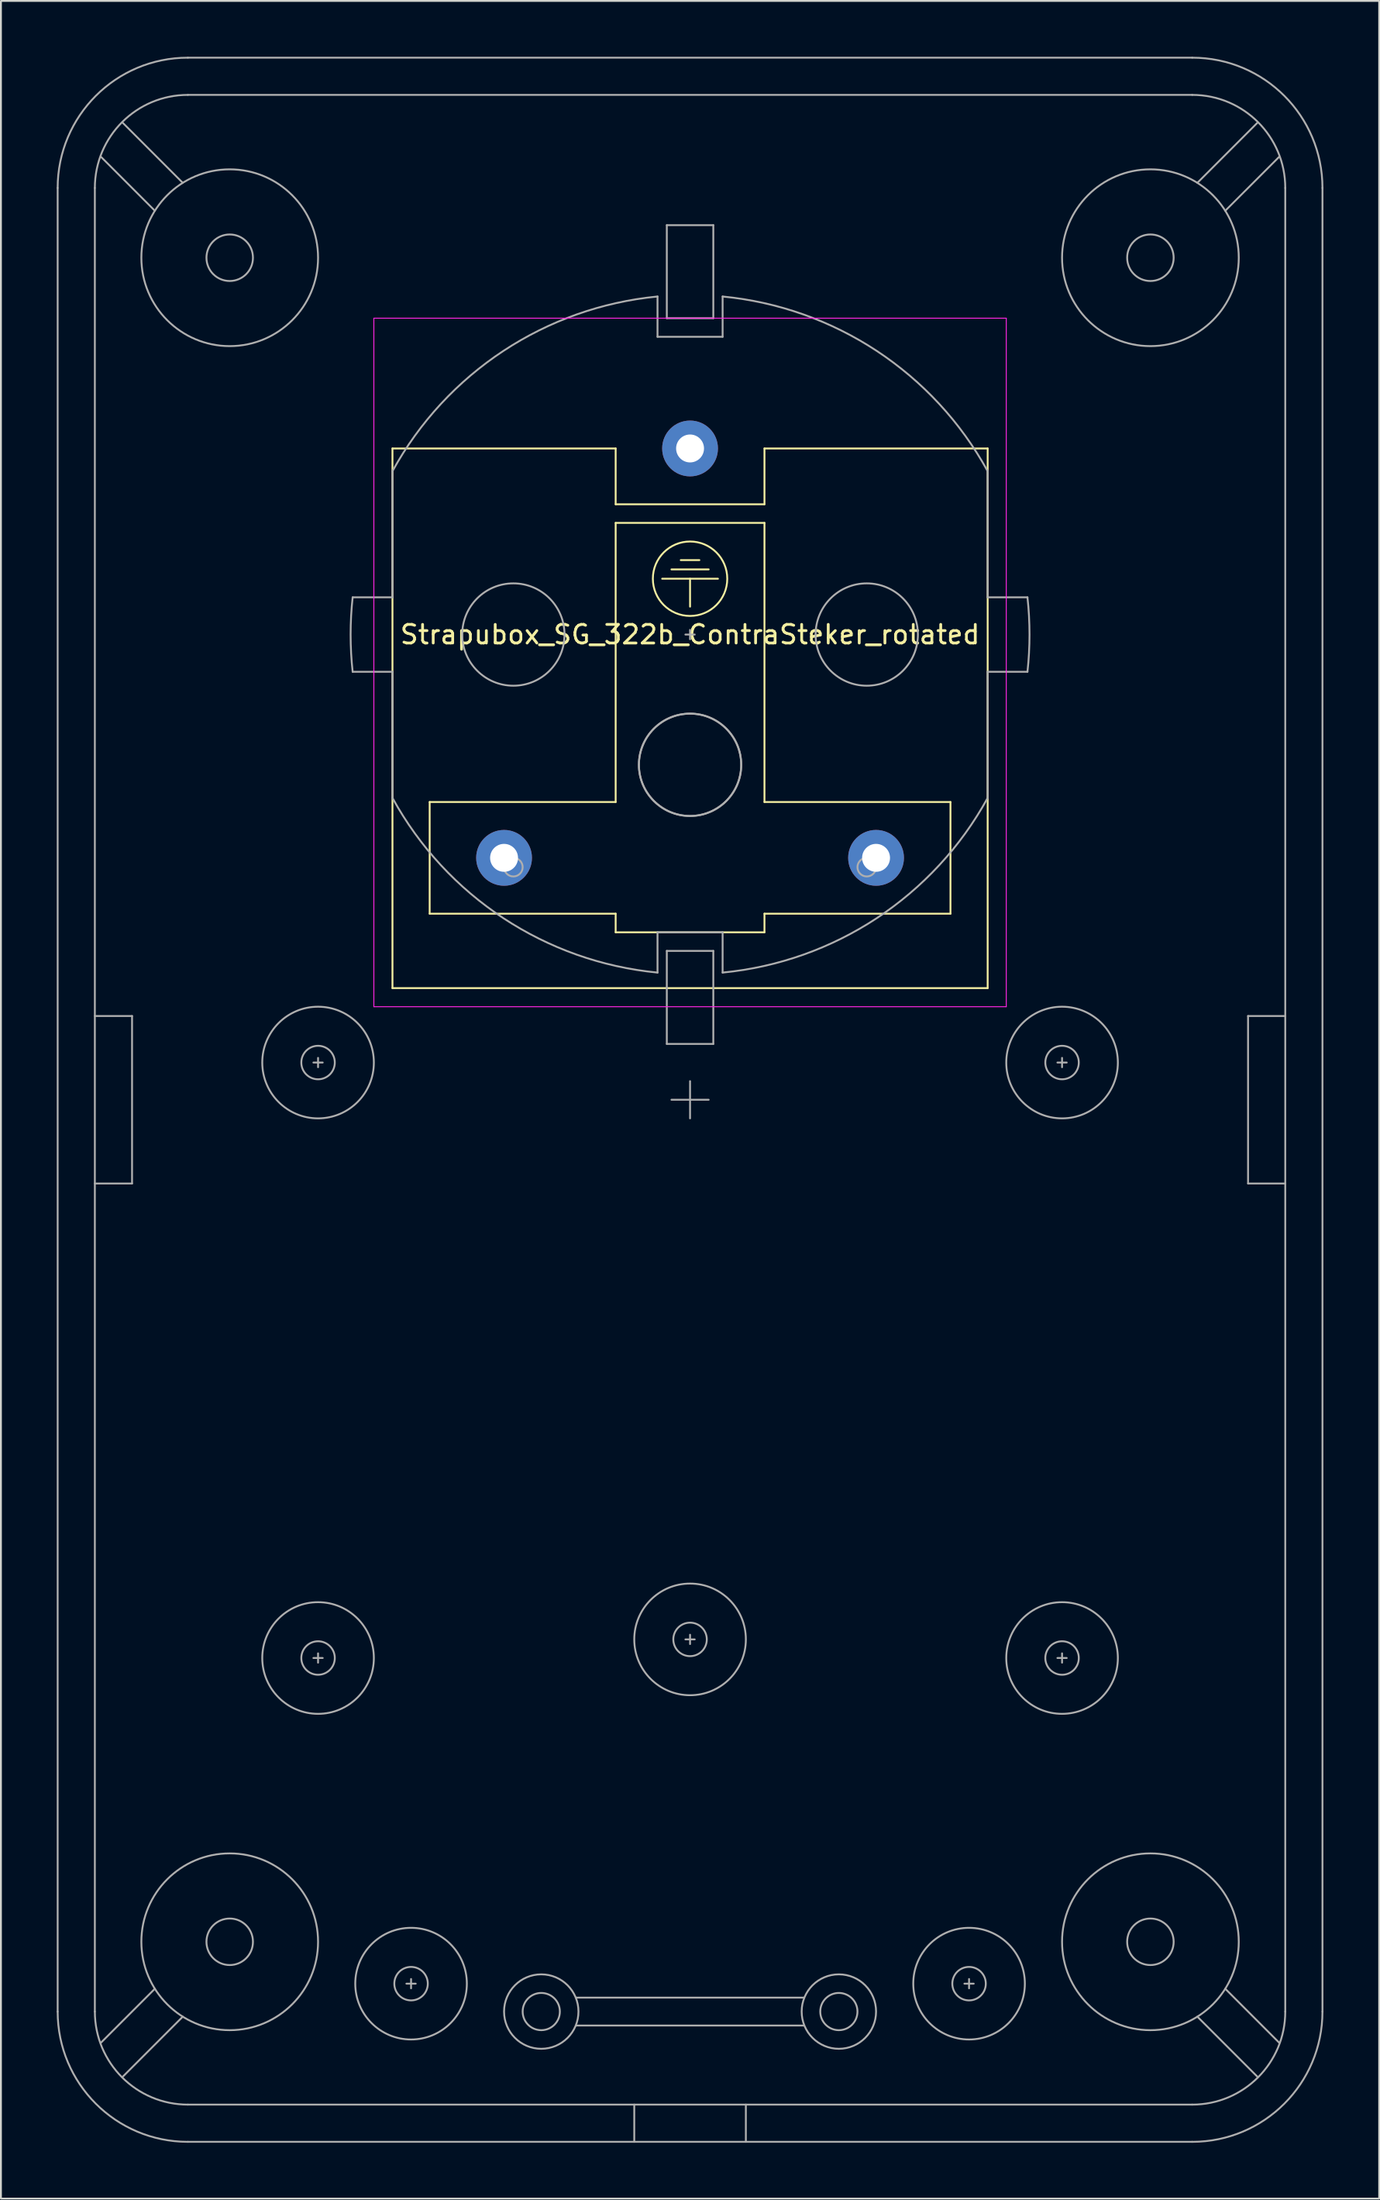
<source format=kicad_pcb>
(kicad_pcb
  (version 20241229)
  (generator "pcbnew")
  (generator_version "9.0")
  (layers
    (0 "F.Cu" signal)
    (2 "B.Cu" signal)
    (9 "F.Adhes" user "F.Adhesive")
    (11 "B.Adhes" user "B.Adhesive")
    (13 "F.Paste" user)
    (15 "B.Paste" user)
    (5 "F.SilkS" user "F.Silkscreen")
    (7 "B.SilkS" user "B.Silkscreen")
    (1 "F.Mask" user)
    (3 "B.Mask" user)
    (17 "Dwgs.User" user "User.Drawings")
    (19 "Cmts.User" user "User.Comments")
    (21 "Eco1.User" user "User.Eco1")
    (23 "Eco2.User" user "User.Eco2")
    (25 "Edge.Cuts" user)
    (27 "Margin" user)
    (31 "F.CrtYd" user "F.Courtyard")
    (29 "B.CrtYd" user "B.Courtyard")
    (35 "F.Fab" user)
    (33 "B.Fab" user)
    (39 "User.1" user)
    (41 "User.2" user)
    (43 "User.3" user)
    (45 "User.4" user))
  (footprint "Strapubox_SG_322b_ContraSteker_rotated"
    (layer "F.Cu")
    (at 34.05 31.05)
    (property "Reference" "Strapubox_SG_322b_ContraSteker_rotated" (at 0 0 0) (layer "F.SilkS") (effects (font (size 1 1) (thickness 0.15))))
    (attr through_hole)
    (fp_line (start -16 19) (end -16 -10) (stroke (width 0.1) (type solid)) (layer "F.SilkS"))
    (fp_line (start -14 9) (end -14 15) (stroke (width 0.1) (type solid)) (layer "F.SilkS"))
    (fp_line (start -14 15) (end -4 15) (stroke (width 0.1) (type solid)) (layer "F.SilkS"))
    (fp_line (start -4 -10) (end -16 -10) (stroke (width 0.1) (type solid)) (layer "F.SilkS"))
    (fp_line (start -4 -7) (end -4 -10) (stroke (width 0.1) (type solid)) (layer "F.SilkS"))
    (fp_line (start -4 -6) (end -4 9) (stroke (width 0.1) (type solid)) (layer "F.SilkS"))
    (fp_line (start -4 9) (end -14 9) (stroke (width 0.1) (type solid)) (layer "F.SilkS"))
    (fp_line (start -4 15) (end -4 16) (stroke (width 0.1) (type solid)) (layer "F.SilkS"))
    (fp_line (start -4 16) (end 4 16) (stroke (width 0.1) (type solid)) (layer "F.SilkS"))
    (fp_line (start 0 -3) (end 0 -1.5) (stroke (width 0.1) (type solid)) (layer "F.SilkS"))
    (fp_line (start 0.5 -4) (end -0.5 -4) (stroke (width 0.1) (type solid)) (layer "F.SilkS"))
    (fp_line (start 1 -3.5) (end -1 -3.5) (stroke (width 0.1) (type solid)) (layer "F.SilkS"))
    (fp_line (start 1.5 -3) (end -1.5 -3) (stroke (width 0.1) (type solid)) (layer "F.SilkS"))
    (fp_line (start 4 -7) (end -4 -7) (stroke (width 0.1) (type solid)) (layer "F.SilkS"))
    (fp_line (start 4 -7) (end 4 -10) (stroke (width 0.1) (type solid)) (layer "F.SilkS"))
    (fp_line (start 4 -6) (end -4 -6) (stroke (width 0.1) (type solid)) (layer "F.SilkS"))
    (fp_line (start 4 9) (end 4 -6) (stroke (width 0.1) (type solid)) (layer "F.SilkS"))
    (fp_line (start 4 15) (end 14 15) (stroke (width 0.1) (type solid)) (layer "F.SilkS"))
    (fp_line (start 4 16) (end 4 15) (stroke (width 0.1) (type solid)) (layer "F.SilkS"))
    (fp_line (start 14 9) (end 4 9) (stroke (width 0.1) (type solid)) (layer "F.SilkS"))
    (fp_line (start 14 15) (end 14 9) (stroke (width 0.1) (type solid)) (layer "F.SilkS"))
    (fp_line (start 16 -10) (end 4 -10) (stroke (width 0.1) (type solid)) (layer "F.SilkS"))
    (fp_line (start 16 -10) (end 16 19) (stroke (width 0.1) (type solid)) (layer "F.SilkS"))
    (fp_line (start 16 19) (end -16 19) (stroke (width 0.1) (type solid)) (layer "F.SilkS"))
    (fp_circle (center 0 -3) (end -2 -3) (stroke (width 0.1) (type solid)) (fill no) (layer "F.SilkS"))
    (fp_line (start -17 20) (end -17 -17) (stroke (width 0.05) (type solid)) (layer "F.CrtYd"))
    (fp_line (start 17 -17) (end -17 -17) (stroke (width 0.05) (type solid)) (layer "F.CrtYd"))
    (fp_line (start 17 -17) (end 17 20) (stroke (width 0.05) (type solid)) (layer "F.CrtYd"))
    (fp_line (start 17 20) (end -17 20) (stroke (width 0.05) (type solid)) (layer "F.CrtYd"))
    (fp_line (start -34 74) (end -34 -24) (stroke (width 0.1) (type solid)) (layer "F.Fab"))
    (fp_line (start -32 -24) (end -32 74) (stroke (width 0.1) (type solid)) (layer "F.Fab"))
    (fp_line (start -32 20.5) (end -30 20.5) (stroke (width 0.1) (type solid)) (layer "F.Fab"))
    (fp_line (start -30 20.5) (end -30 29.5) (stroke (width 0.1) (type solid)) (layer "F.Fab"))
    (fp_line (start -30 29.5) (end -32 29.5) (stroke (width 0.1) (type solid)) (layer "F.Fab"))
    (fp_line (start -28.775 -22.775) (end -31.675 -25.675) (stroke (width 0.1) (type solid)) (layer "F.Fab"))
    (fp_line (start -28.775 72.775) (end -31.675 75.675) (stroke (width 0.1) (type solid)) (layer "F.Fab"))
    (fp_line (start -27.275 -24.275) (end -30.525 -27.525) (stroke (width 0.1) (type solid)) (layer "F.Fab"))
    (fp_line (start -27.275 74.275) (end -30.525 77.525) (stroke (width 0.1) (type solid)) (layer "F.Fab"))
    (fp_line (start -20 23.25) (end -20 22.75) (stroke (width 0.1) (type solid)) (layer "F.Fab"))
    (fp_line (start -20 55.25) (end -20 54.75) (stroke (width 0.1) (type solid)) (layer "F.Fab"))
    (fp_line (start -19.75 23) (end -20.25 23) (stroke (width 0.1) (type solid)) (layer "F.Fab"))
    (fp_line (start -19.75 55) (end -20.25 55) (stroke (width 0.1) (type solid)) (layer "F.Fab"))
    (fp_line (start -18.14 -2) (end -16 -2) (stroke (width 0.1) (type solid)) (layer "F.Fab"))
    (fp_line (start -18.14 2) (end -16 2) (stroke (width 0.1) (type solid)) (layer "F.Fab"))
    (fp_line (start -16 -8.779) (end -16 -2) (stroke (width 0.1) (type solid)) (layer "F.Fab"))
    (fp_line (start -16 2) (end -16 8.779) (stroke (width 0.1) (type solid)) (layer "F.Fab"))
    (fp_line (start -15 72.75) (end -15 72.25) (stroke (width 0.1) (type solid)) (layer "F.Fab"))
    (fp_line (start -14.75 72.5) (end -15.25 72.5) (stroke (width 0.1) (type solid)) (layer "F.Fab"))
    (fp_line (start -3 81) (end -3 79) (stroke (width 0.1) (type solid)) (layer "F.Fab"))
    (fp_line (start -1.75 -16) (end -1.75 -18.166) (stroke (width 0.1) (type solid)) (layer "F.Fab"))
    (fp_line (start -1.75 16) (end -1.75 18.166) (stroke (width 0.1) (type solid)) (layer "F.Fab"))
    (fp_line (start -1.75 16) (end 1.75 16) (stroke (width 0.1) (type solid)) (layer "F.Fab"))
    (fp_line (start -1.25 -17) (end -1.25 -22) (stroke (width 0.1) (type solid)) (layer "F.Fab"))
    (fp_line (start -1.25 17) (end -1.25 22) (stroke (width 0.1) (type solid)) (layer "F.Fab"))
    (fp_line (start 0 0.25) (end 0 -0.25) (stroke (width 0.1) (type solid)) (layer "F.Fab"))
    (fp_line (start 0 26) (end 0 24) (stroke (width 0.1) (type solid)) (layer "F.Fab"))
    (fp_line (start 0 54.25) (end 0 53.75) (stroke (width 0.1) (type solid)) (layer "F.Fab"))
    (fp_line (start 0.25 0) (end -0.25 0) (stroke (width 0.1) (type solid)) (layer "F.Fab"))
    (fp_line (start 0.25 54) (end -0.25 54) (stroke (width 0.1) (type solid)) (layer "F.Fab"))
    (fp_line (start 1 25) (end -1 25) (stroke (width 0.1) (type solid)) (layer "F.Fab"))
    (fp_line (start 1.25 -22) (end -1.25 -22) (stroke (width 0.1) (type solid)) (layer "F.Fab"))
    (fp_line (start 1.25 -17) (end -1.25 -17) (stroke (width 0.1) (type solid)) (layer "F.Fab"))
    (fp_line (start 1.25 -17) (end 1.25 -22) (stroke (width 0.1) (type solid)) (layer "F.Fab"))
    (fp_line (start 1.25 17) (end -1.25 17) (stroke (width 0.1) (type solid)) (layer "F.Fab"))
    (fp_line (start 1.25 17) (end 1.25 22) (stroke (width 0.1) (type solid)) (layer "F.Fab"))
    (fp_line (start 1.25 22) (end -1.25 22) (stroke (width 0.1) (type solid)) (layer "F.Fab"))
    (fp_line (start 1.75 -16) (end -1.75 -16) (stroke (width 0.1) (type solid)) (layer "F.Fab"))
    (fp_line (start 1.75 -16) (end 1.75 -18.166) (stroke (width 0.1) (type solid)) (layer "F.Fab"))
    (fp_line (start 1.75 16) (end 1.75 18.166) (stroke (width 0.1) (type solid)) (layer "F.Fab"))
    (fp_line (start 3 81) (end 3 79) (stroke (width 0.1) (type solid)) (layer "F.Fab"))
    (fp_line (start 6.125 73.25) (end -6.125 73.25) (stroke (width 0.1) (type solid)) (layer "F.Fab"))
    (fp_line (start 6.125 74.75) (end -6.125 74.75) (stroke (width 0.1) (type solid)) (layer "F.Fab"))
    (fp_line (start 15 72.75) (end 15 72.25) (stroke (width 0.1) (type solid)) (layer "F.Fab"))
    (fp_line (start 15.25 72.5) (end 14.75 72.5) (stroke (width 0.1) (type solid)) (layer "F.Fab"))
    (fp_line (start 16 -2) (end 16 -8.779) (stroke (width 0.1) (type solid)) (layer "F.Fab"))
    (fp_line (start 16 8.779) (end 16 2) (stroke (width 0.1) (type solid)) (layer "F.Fab"))
    (fp_line (start 18.14 -2) (end 16 -2) (stroke (width 0.1) (type solid)) (layer "F.Fab"))
    (fp_line (start 18.14 2) (end 16 2) (stroke (width 0.1) (type solid)) (layer "F.Fab"))
    (fp_line (start 20 23.25) (end 20 22.75) (stroke (width 0.1) (type solid)) (layer "F.Fab"))
    (fp_line (start 20 55.25) (end 20 54.75) (stroke (width 0.1) (type solid)) (layer "F.Fab"))
    (fp_line (start 20.25 23) (end 19.75 23) (stroke (width 0.1) (type solid)) (layer "F.Fab"))
    (fp_line (start 20.25 55) (end 19.75 55) (stroke (width 0.1) (type solid)) (layer "F.Fab"))
    (fp_line (start 27 -31) (end -27 -31) (stroke (width 0.1) (type solid)) (layer "F.Fab"))
    (fp_line (start 27 -29) (end -27 -29) (stroke (width 0.1) (type solid)) (layer "F.Fab"))
    (fp_line (start 27 79) (end -27 79) (stroke (width 0.1) (type solid)) (layer "F.Fab"))
    (fp_line (start 27 81) (end -27 81) (stroke (width 0.1) (type solid)) (layer "F.Fab"))
    (fp_line (start 27.275 -24.275) (end 30.525 -27.525) (stroke (width 0.1) (type solid)) (layer "F.Fab"))
    (fp_line (start 27.275 74.275) (end 30.525 77.525) (stroke (width 0.1) (type solid)) (layer "F.Fab"))
    (fp_line (start 28.775 -22.775) (end 31.675 -25.675) (stroke (width 0.1) (type solid)) (layer "F.Fab"))
    (fp_line (start 28.775 72.775) (end 31.675 75.675) (stroke (width 0.1) (type solid)) (layer "F.Fab"))
    (fp_line (start 30 20.5) (end 32 20.5) (stroke (width 0.1) (type solid)) (layer "F.Fab"))
    (fp_line (start 30 29.5) (end 30 20.5) (stroke (width 0.1) (type solid)) (layer "F.Fab"))
    (fp_line (start 32 29.5) (end 30 29.5) (stroke (width 0.1) (type solid)) (layer "F.Fab"))
    (fp_line (start 32 74) (end 32 -24) (stroke (width 0.1) (type solid)) (layer "F.Fab"))
    (fp_line (start 34 -24) (end 34 74) (stroke (width 0.1) (type solid)) (layer "F.Fab"))
    (fp_arc (start -34 -24) (mid -31.949747 -28.949747) (end -27 -31) (stroke (width 0.1) (type solid)) (layer "F.Fab"))
    (fp_arc (start -32 -24) (mid -30.535534 -27.535534) (end -27 -29) (stroke (width 0.1) (type solid)) (layer "F.Fab"))
    (fp_arc (start -27 79) (mid -30.535534 77.535534) (end -32 74) (stroke (width 0.1) (type solid)) (layer "F.Fab"))
    (fp_arc (start -27 81) (mid -31.949747 78.949747) (end -34 74) (stroke (width 0.1) (type solid)) (layer "F.Fab"))
    (fp_arc (start -18.140094 1.999869) (mid -18.25 0) (end -18.140094 -1.999869) (stroke (width 0.1) (type solid)) (layer "F.Fab"))
    (fp_arc (start -16 -8.778524) (mid -10.039707 -15.2403) (end -1.749927 -18.165909) (stroke (width 0.1) (type solid)) (layer "F.Fab"))
    (fp_arc (start -1.750072 18.165895) (mid -10.039768 15.240261) (end -16 8.778524) (stroke (width 0.1) (type solid)) (layer "F.Fab"))
    (fp_arc (start 1.750072 -18.165895) (mid 10.039768 -15.240261) (end 16 -8.778524) (stroke (width 0.1) (type solid)) (layer "F.Fab"))
    (fp_arc (start 16 8.778524) (mid 10.039707 15.2403) (end 1.749927 18.165909) (stroke (width 0.1) (type solid)) (layer "F.Fab"))
    (fp_arc (start 18.140094 -1.999869) (mid 18.25 0) (end 18.140094 1.999869) (stroke (width 0.1) (type solid)) (layer "F.Fab"))
    (fp_arc (start 27 -31) (mid 31.949747 -28.949747) (end 34 -24) (stroke (width 0.1) (type solid)) (layer "F.Fab"))
    (fp_arc (start 27 -29) (mid 30.535534 -27.535534) (end 32 -24) (stroke (width 0.1) (type solid)) (layer "F.Fab"))
    (fp_arc (start 32 74) (mid 30.535534 77.535534) (end 27 79) (stroke (width 0.1) (type solid)) (layer "F.Fab"))
    (fp_arc (start 34 74) (mid 31.949747 78.949747) (end 27 81) (stroke (width 0.1) (type solid)) (layer "F.Fab"))
    (fp_circle (center -24.75 -20.25) (end -29.5 -20.25) (stroke (width 0.1) (type solid)) (fill no) (layer "F.Fab"))
    (fp_circle (center -24.75 -20.25) (end -26 -20.25) (stroke (width 0.1) (type solid)) (fill no) (layer "F.Fab"))
    (fp_circle (center -24.75 70.25) (end -29.5 70.25) (stroke (width 0.1) (type solid)) (fill no) (layer "F.Fab"))
    (fp_circle (center -24.75 70.25) (end -26 70.25) (stroke (width 0.1) (type solid)) (fill no) (layer "F.Fab"))
    (fp_circle (center -20 23) (end -23 23) (stroke (width 0.1) (type solid)) (fill no) (layer "F.Fab"))
    (fp_circle (center -20 23) (end -20.9 23) (stroke (width 0.1) (type solid)) (fill no) (layer "F.Fab"))
    (fp_circle (center -20 55) (end -23 55) (stroke (width 0.1) (type solid)) (fill no) (layer "F.Fab"))
    (fp_circle (center -20 55) (end -20.9 55) (stroke (width 0.1) (type solid)) (fill no) (layer "F.Fab"))
    (fp_circle (center -15 72.5) (end -18 72.5) (stroke (width 0.1) (type solid)) (fill no) (layer "F.Fab"))
    (fp_circle (center -15 72.5) (end -15.9 72.5) (stroke (width 0.1) (type solid)) (fill no) (layer "F.Fab"))
    (fp_circle (center -9.5 0) (end -12.25 0) (stroke (width 0.1) (type solid)) (fill no) (layer "F.Fab"))
    (fp_circle (center -9.5 12.5) (end -10 12.5) (stroke (width 0.1) (type solid)) (fill no) (layer "F.Fab"))
    (fp_circle (center -8 74) (end -10 74) (stroke (width 0.1) (type solid)) (fill no) (layer "F.Fab"))
    (fp_circle (center -8 74) (end -9 74) (stroke (width 0.1) (type solid)) (fill no) (layer "F.Fab"))
    (fp_circle (center 0 -10) (end -0.5 -10) (stroke (width 0.1) (type solid)) (fill no) (layer "F.Fab"))
    (fp_circle (center 0 7) (end -2.75 7) (stroke (width 0.1) (type solid)) (fill no) (layer "F.Fab"))
    (fp_circle (center 0 7) (end -2.75 7) (stroke (width 0.1) (type solid)) (fill no) (layer "F.Fab"))
    (fp_circle (center 0 54) (end -3 54) (stroke (width 0.1) (type solid)) (fill no) (layer "F.Fab"))
    (fp_circle (center 0 54) (end -0.9 54) (stroke (width 0.1) (type solid)) (fill no) (layer "F.Fab"))
    (fp_circle (center 8 74) (end 6 74) (stroke (width 0.1) (type solid)) (fill no) (layer "F.Fab"))
    (fp_circle (center 8 74) (end 7 74) (stroke (width 0.1) (type solid)) (fill no) (layer "F.Fab"))
    (fp_circle (center 9.5 0) (end 6.75 0) (stroke (width 0.1) (type solid)) (fill no) (layer "F.Fab"))
    (fp_circle (center 9.5 12.5) (end 9 12.5) (stroke (width 0.1) (type solid)) (fill no) (layer "F.Fab"))
    (fp_circle (center 15 72.5) (end 12 72.5) (stroke (width 0.1) (type solid)) (fill no) (layer "F.Fab"))
    (fp_circle (center 15 72.5) (end 14.1 72.5) (stroke (width 0.1) (type solid)) (fill no) (layer "F.Fab"))
    (fp_circle (center 20 23) (end 17 23) (stroke (width 0.1) (type solid)) (fill no) (layer "F.Fab"))
    (fp_circle (center 20 23) (end 19.1 23) (stroke (width 0.1) (type solid)) (fill no) (layer "F.Fab"))
    (fp_circle (center 20 55) (end 17 55) (stroke (width 0.1) (type solid)) (fill no) (layer "F.Fab"))
    (fp_circle (center 20 55) (end 19.1 55) (stroke (width 0.1) (type solid)) (fill no) (layer "F.Fab"))
    (fp_circle (center 24.75 -20.25) (end 20 -20.25) (stroke (width 0.1) (type solid)) (fill no) (layer "F.Fab"))
    (fp_circle (center 24.75 -20.25) (end 23.5 -20.25) (stroke (width 0.1) (type solid)) (fill no) (layer "F.Fab"))
    (fp_circle (center 24.75 70.25) (end 20 70.25) (stroke (width 0.1) (type solid)) (fill no) (layer "F.Fab"))
    (fp_circle (center 24.75 70.25) (end 23.5 70.25) (stroke (width 0.1) (type solid)) (fill no) (layer "F.Fab"))
    (pad "1" thru_hole circle (at -10 12 180) (size 3 3) (drill 1.5) (layers "*.Cu" "*.Mask"))
    (pad "2" thru_hole circle (at 0 -10 180) (size 3 3) (drill 1.5) (layers "*.Cu" "*.Mask"))
    (pad "3" thru_hole circle (at 10 12 180) (size 3 3) (drill 1.5) (layers "*.Cu" "*.Mask")))
  (gr_rect
    (start -3 -3)
    (end 71.1 115.1)
    (stroke (width 0.1) (type default))
    (fill no)
    (layer "Edge.Cuts")))
</source>
